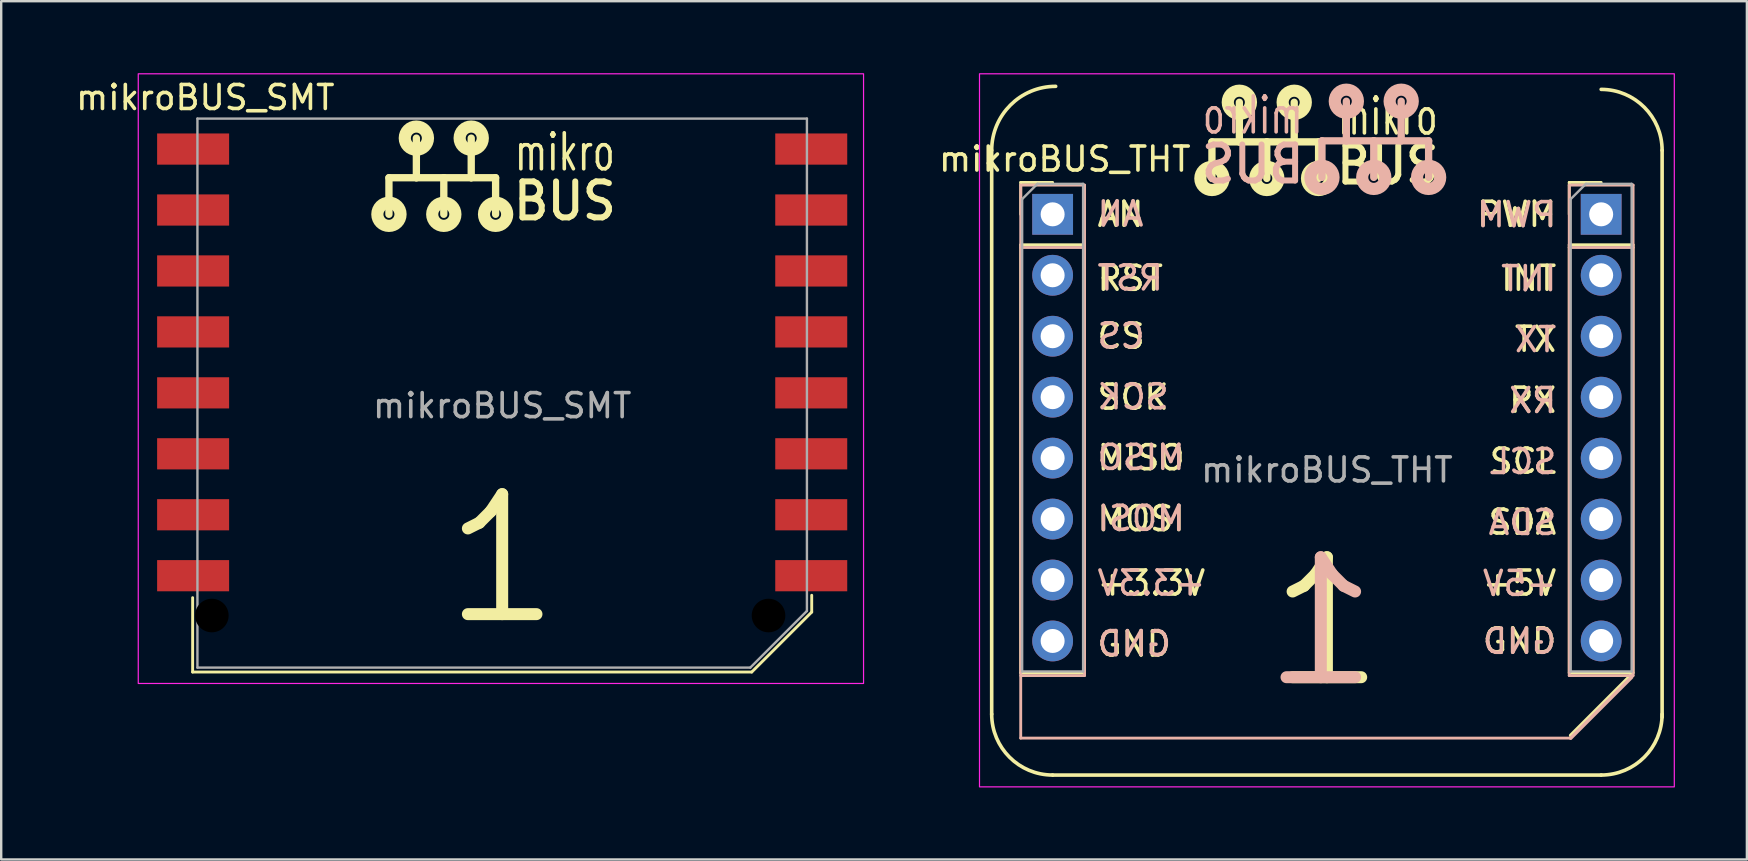
<source format=kicad_pcb>
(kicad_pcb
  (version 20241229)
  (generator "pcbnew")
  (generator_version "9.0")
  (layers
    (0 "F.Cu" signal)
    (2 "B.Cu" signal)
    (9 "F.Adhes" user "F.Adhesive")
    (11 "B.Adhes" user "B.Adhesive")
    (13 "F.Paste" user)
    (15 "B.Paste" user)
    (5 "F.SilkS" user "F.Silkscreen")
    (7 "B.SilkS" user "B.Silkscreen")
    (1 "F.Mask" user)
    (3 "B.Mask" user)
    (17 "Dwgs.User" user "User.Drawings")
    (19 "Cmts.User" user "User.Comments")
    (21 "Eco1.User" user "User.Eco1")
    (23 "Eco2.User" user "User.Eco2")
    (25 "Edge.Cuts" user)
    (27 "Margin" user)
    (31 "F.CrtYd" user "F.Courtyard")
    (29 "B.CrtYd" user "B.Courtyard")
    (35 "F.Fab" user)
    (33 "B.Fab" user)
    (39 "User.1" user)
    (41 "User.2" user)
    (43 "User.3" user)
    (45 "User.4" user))
  (footprint "mikroBUS_SMT"
    (layer "F.Cu")
    (at 4.998 3.162)
    (property "Reference" "mikroBUS_SMT" (at 0.508 -2.147 0) (unlocked yes) (layer "F.SilkS") (effects (font (size 1 1) (thickness 0.15))))
    (attr smd)
    (fp_line (start -0.02 21.795) (end -0.02 18.695) (stroke (width 0.12) (type solid)) (layer "F.SilkS"))
    (fp_line (start 8.161 1.195) (end 8.161 2.719) (stroke (width 0.305) (type solid)) (layer "F.SilkS"))
    (fp_line (start 9.304 1.195) (end 8.161 1.195) (stroke (width 0.305) (type solid)) (layer "F.SilkS"))
    (fp_line (start 9.304 1.195) (end 9.304 -0.456) (stroke (width 0.305) (type solid)) (layer "F.SilkS"))
    (fp_line (start 10.447 1.195) (end 9.304 1.195) (stroke (width 0.305) (type solid)) (layer "F.SilkS"))
    (fp_line (start 10.447 1.195) (end 10.447 2.719) (stroke (width 0.305) (type solid)) (layer "F.SilkS"))
    (fp_line (start 11.59 1.195) (end 10.447 1.195) (stroke (width 0.305) (type solid)) (layer "F.SilkS"))
    (fp_line (start 11.59 1.195) (end 11.59 -0.456) (stroke (width 0.305) (type solid)) (layer "F.SilkS"))
    (fp_line (start 12.606 1.195) (end 11.59 1.195) (stroke (width 0.305) (type solid)) (layer "F.SilkS"))
    (fp_line (start 12.606 1.195) (end 12.606 2.719) (stroke (width 0.305) (type solid)) (layer "F.SilkS"))
    (fp_line (start 23.28 21.795) (end -0.02 21.795) (stroke (width 0.12) (type solid)) (layer "F.SilkS"))
    (fp_line (start 25.78 18.595) (end 25.78 19.295) (stroke (width 0.12) (type solid)) (layer "F.SilkS"))
    (fp_line (start 25.78 19.295) (end 23.28 21.795) (stroke (width 0.12) (type solid)) (layer "F.SilkS"))
    (fp_circle (center 8.161 2.719) (end 8.39 2.719) (stroke (width 0.508) (type solid)) (fill no) (layer "F.SilkS"))
    (fp_circle (center 9.304 -0.456) (end 9.533 -0.456) (stroke (width 0.508) (type solid)) (fill no) (layer "F.SilkS"))
    (fp_circle (center 10.447 2.719) (end 10.676 2.719) (stroke (width 0.508) (type solid)) (fill no) (layer "F.SilkS"))
    (fp_circle (center 11.59 -0.456) (end 11.819 -0.456) (stroke (width 0.508) (type solid)) (fill no) (layer "F.SilkS"))
    (fp_circle (center 12.606 2.719) (end 12.835 2.719) (stroke (width 0.508) (type solid)) (fill no) (layer "F.SilkS"))
    (fp_rect (start -2.286 -3.137) (end 27.94 22.271) (stroke (width 0.05) (type solid)) (fill no) (layer "F.CrtYd"))
    (fp_line (start 0.18 -1.27) (end 0.18 21.61) (stroke (width 0.1) (type solid)) (layer "F.Fab"))
    (fp_line (start 23.22 21.61) (end 0.18 21.61) (stroke (width 0.1) (type solid)) (layer "F.Fab"))
    (fp_line (start 23.22 21.61) (end 25.58 19.25) (stroke (width 0.1) (type solid)) (layer "F.Fab"))
    (fp_line (start 25.58 -1.27) (end 0.18 -1.27) (stroke (width 0.1) (type solid)) (layer "F.Fab"))
    (fp_line (start 25.58 -1.27) (end 25.58 19.25) (stroke (width 0.1) (type solid)) (layer "F.Fab"))
    (fp_text user "BUS" (at 15.492 2.167 0) (unlocked yes) (layer "F.SilkS") (effects (font (size 1.5 1.4) (thickness 0.25))))
    (fp_text user "mikro" (at 15.492 0.135 0) (layer "F.SilkS") (effects (font (size 1.5 1) (thickness 0.15))))
    (fp_text user "1" (at 12.88 17.095 0) (unlocked yes) (layer "F.SilkS") (effects (font (size 5 5) (thickness 0.5))))
    (fp_text user "${REFERENCE}" (at 12.88 10.695 0) (unlocked yes) (layer "F.Fab") (effects (font (size 1 1) (thickness 0.15))))
    (pad "" np_thru_hole circle (at 0.78 19.44) (size 1.4 1.4) (drill 1.4) (layers "*.Mask"))
    (pad "" np_thru_hole circle (at 23.98 19.44) (size 1.4 1.4) (drill 1.4) (layers "*.Mask"))
    (pad "1" smd rect (at 0 0) (size 3 1.3) (layers "F.Cu" "F.Mask" "F.Paste"))
    (pad "2" smd rect (at 0 2.54) (size 3 1.3) (layers "F.Cu" "F.Mask" "F.Paste"))
    (pad "3" smd rect (at 0 5.08) (size 3 1.3) (layers "F.Cu" "F.Mask" "F.Paste"))
    (pad "4" smd rect (at 0 7.62) (size 3 1.3) (layers "F.Cu" "F.Mask" "F.Paste"))
    (pad "5" smd rect (at 0 10.16) (size 3 1.3) (layers "F.Cu" "F.Mask" "F.Paste"))
    (pad "6" smd rect (at 0 12.7) (size 3 1.3) (layers "F.Cu" "F.Mask" "F.Paste"))
    (pad "7" smd rect (at 0 15.24) (size 3 1.3) (layers "F.Cu" "F.Mask" "F.Paste"))
    (pad "8" smd rect (at 0 17.78) (size 3 1.3) (layers "F.Cu" "F.Mask" "F.Paste"))
    (pad "9" smd rect (at 25.76 17.78) (size 3 1.3) (layers "F.Cu" "F.Mask" "F.Paste"))
    (pad "10" smd rect (at 25.76 15.24) (size 3 1.3) (layers "F.Cu" "F.Mask" "F.Paste"))
    (pad "11" smd rect (at 25.76 12.7) (size 3 1.3) (layers "F.Cu" "F.Mask" "F.Paste"))
    (pad "12" smd rect (at 25.76 10.16) (size 3 1.3) (layers "F.Cu" "F.Mask" "F.Paste"))
    (pad "13" smd rect (at 25.76 7.62) (size 3 1.3) (layers "F.Cu" "F.Mask" "F.Paste"))
    (pad "14" smd rect (at 25.76 5.08) (size 3 1.3) (layers "F.Cu" "F.Mask" "F.Paste"))
    (pad "15" smd rect (at 25.76 2.54) (size 3 1.3) (layers "F.Cu" "F.Mask" "F.Paste"))
    (pad "16" smd rect (at 25.76 0) (size 3 1.3) (layers "F.Cu" "F.Mask" "F.Paste")))
  (footprint "mikroBUS_THT"
    (layer "F.Cu")
    (at 52.248 14.757)
    (property "Reference" "mikroBUS_THT" (at -10.922 -11.176 0) (unlocked yes) (layer "F.SilkS") (effects (font (size 1 1) (thickness 0.15))))
    (attr through_hole)
    (fp_line (start -13.97 -11.542) (end -13.97 11.953) (stroke (width 0.15) (type solid)) (layer "F.SilkS"))
    (fp_line (start -12.76 -10.205) (end -11.43 -10.205) (stroke (width 0.12) (type solid)) (layer "F.SilkS"))
    (fp_line (start -12.76 -8.875) (end -12.76 -10.205) (stroke (width 0.12) (type solid)) (layer "F.SilkS"))
    (fp_line (start -12.76 -7.605) (end -12.76 10.235) (stroke (width 0.12) (type solid)) (layer "F.SilkS"))
    (fp_line (start -12.76 -7.605) (end -10.1 -7.605) (stroke (width 0.12) (type solid)) (layer "F.SilkS"))
    (fp_line (start -12.76 10.235) (end -10.1 10.235) (stroke (width 0.12) (type solid)) (layer "F.SilkS"))
    (fp_line (start -10.1 -7.605) (end -10.1 10.235) (stroke (width 0.12) (type solid)) (layer "F.SilkS"))
    (fp_line (start -4.791 -11.894) (end -4.791 -10.37) (stroke (width 0.305) (type solid)) (layer "F.SilkS"))
    (fp_line (start -3.648 -11.894) (end -4.791 -11.894) (stroke (width 0.305) (type solid)) (layer "F.SilkS"))
    (fp_line (start -3.648 -11.894) (end -3.648 -13.545) (stroke (width 0.305) (type solid)) (layer "F.SilkS"))
    (fp_line (start -2.505 -11.894) (end -3.648 -11.894) (stroke (width 0.305) (type solid)) (layer "F.SilkS"))
    (fp_line (start -2.505 -11.894) (end -2.505 -10.37) (stroke (width 0.305) (type solid)) (layer "F.SilkS"))
    (fp_line (start -1.362 -11.894) (end -2.505 -11.894) (stroke (width 0.305) (type solid)) (layer "F.SilkS"))
    (fp_line (start -1.362 -11.894) (end -1.362 -13.545) (stroke (width 0.305) (type solid)) (layer "F.SilkS"))
    (fp_line (start -0.346 -11.894) (end -1.362 -11.894) (stroke (width 0.305) (type solid)) (layer "F.SilkS"))
    (fp_line (start -0.346 -11.894) (end -0.346 -10.37) (stroke (width 0.305) (type solid)) (layer "F.SilkS"))
    (fp_line (start 10.1 -10.205) (end 11.43 -10.205) (stroke (width 0.12) (type solid)) (layer "F.SilkS"))
    (fp_line (start 10.1 -8.875) (end 10.1 -10.205) (stroke (width 0.12) (type solid)) (layer "F.SilkS"))
    (fp_line (start 10.1 -7.605) (end 10.1 10.235) (stroke (width 0.12) (type solid)) (layer "F.SilkS"))
    (fp_line (start 10.1 -7.605) (end 12.76 -7.605) (stroke (width 0.12) (type solid)) (layer "F.SilkS"))
    (fp_line (start 10.1 10.235) (end 12.76 10.235) (stroke (width 0.12) (type solid)) (layer "F.SilkS"))
    (fp_line (start 11.43 14.493) (end -11.43 14.493) (stroke (width 0.15) (type solid)) (layer "F.SilkS"))
    (fp_line (start 12.7 10.302) (end 10.16 12.842) (stroke (width 0.15) (type solid)) (layer "F.SilkS"))
    (fp_line (start 12.76 -7.605) (end 12.76 10.235) (stroke (width 0.12) (type solid)) (layer "F.SilkS"))
    (fp_line (start 13.97 -11.542) (end 13.97 12.08) (stroke (width 0.15) (type solid)) (layer "F.SilkS"))
    (fp_arc (start -13.97 -11.542) (mid -13.188854 -13.427854) (end -11.303 -14.209) (stroke (width 0.15) (type solid)) (layer "F.SilkS"))
    (fp_arc (start -11.43 14.493) (mid -13.226051 13.749051) (end -13.97 11.953) (stroke (width 0.15) (type solid)) (layer "F.SilkS"))
    (fp_arc (start 11.43 -14.082) (mid 13.226051 -13.338051) (end 13.97 -11.542) (stroke (width 0.15) (type solid)) (layer "F.SilkS"))
    (fp_arc (start 13.97 11.953) (mid 13.226051 13.749051) (end 11.43 14.493) (stroke (width 0.15) (type solid)) (layer "F.SilkS"))
    (fp_circle (center -4.791 -10.37) (end -4.562 -10.37) (stroke (width 0.508) (type solid)) (fill no) (layer "F.SilkS"))
    (fp_circle (center -3.648 -13.545) (end -3.419 -13.545) (stroke (width 0.508) (type solid)) (fill no) (layer "F.SilkS"))
    (fp_circle (center -2.505 -10.37) (end -2.276 -10.37) (stroke (width 0.508) (type solid)) (fill no) (layer "F.SilkS"))
    (fp_circle (center -1.362 -13.545) (end -1.133 -13.545) (stroke (width 0.508) (type solid)) (fill no) (layer "F.SilkS"))
    (fp_circle (center -0.346 -10.37) (end -0.117 -10.37) (stroke (width 0.508) (type solid)) (fill no) (layer "F.SilkS"))
    (fp_line (start -12.76 -10.093) (end -10.1 -10.093) (stroke (width 0.12) (type solid)) (layer "B.SilkS"))
    (fp_line (start -12.76 -7.493) (end -12.76 -10.093) (stroke (width 0.12) (type solid)) (layer "B.SilkS"))
    (fp_line (start -12.76 -7.493) (end -12.76 12.954) (stroke (width 0.12) (type solid)) (layer "B.SilkS"))
    (fp_line (start -12.76 -7.493) (end -10.1 -7.493) (stroke (width 0.12) (type solid)) (layer "B.SilkS"))
    (fp_line (start -12.76 10.347) (end -10.1 10.347) (stroke (width 0.12) (type solid)) (layer "B.SilkS"))
    (fp_line (start -10.1 -7.493) (end -10.1 -10.093) (stroke (width 0.12) (type solid)) (layer "B.SilkS"))
    (fp_line (start -10.1 -7.493) (end -10.1 10.347) (stroke (width 0.12) (type solid)) (layer "B.SilkS"))
    (fp_line (start -0.206 -11.938) (end -0.206 -10.414) (stroke (width 0.305) (type solid)) (layer "B.SilkS"))
    (fp_line (start -0.206 -11.938) (end 0.81 -11.938) (stroke (width 0.305) (type solid)) (layer "B.SilkS"))
    (fp_line (start 0.81 -11.938) (end 0.81 -13.589) (stroke (width 0.305) (type solid)) (layer "B.SilkS"))
    (fp_line (start 0.81 -11.938) (end 1.953 -11.938) (stroke (width 0.305) (type solid)) (layer "B.SilkS"))
    (fp_line (start 1.953 -11.938) (end 1.953 -10.414) (stroke (width 0.305) (type solid)) (layer "B.SilkS"))
    (fp_line (start 1.953 -11.938) (end 3.096 -11.938) (stroke (width 0.305) (type solid)) (layer "B.SilkS"))
    (fp_line (start 3.096 -11.938) (end 3.096 -13.589) (stroke (width 0.305) (type solid)) (layer "B.SilkS"))
    (fp_line (start 3.096 -11.938) (end 4.239 -11.938) (stroke (width 0.305) (type solid)) (layer "B.SilkS"))
    (fp_line (start 4.239 -11.938) (end 4.239 -10.414) (stroke (width 0.305) (type solid)) (layer "B.SilkS"))
    (fp_line (start 10.1 -10.093) (end 12.76 -10.093) (stroke (width 0.12) (type solid)) (layer "B.SilkS"))
    (fp_line (start 10.1 -7.493) (end 10.1 -10.093) (stroke (width 0.12) (type solid)) (layer "B.SilkS"))
    (fp_line (start 10.1 -7.493) (end 10.1 10.347) (stroke (width 0.12) (type solid)) (layer "B.SilkS"))
    (fp_line (start 10.1 -7.493) (end 12.76 -7.493) (stroke (width 0.12) (type solid)) (layer "B.SilkS"))
    (fp_line (start 10.1 10.347) (end 12.76 10.347) (stroke (width 0.12) (type solid)) (layer "B.SilkS"))
    (fp_line (start 10.16 12.954) (end -12.76 12.954) (stroke (width 0.12) (type solid)) (layer "B.SilkS"))
    (fp_line (start 12.7 10.414) (end 10.16 12.954) (stroke (width 0.15) (type solid)) (layer "B.SilkS"))
    (fp_line (start 12.76 -7.493) (end 12.76 -10.093) (stroke (width 0.12) (type solid)) (layer "B.SilkS"))
    (fp_line (start 12.76 -7.493) (end 12.76 10.347) (stroke (width 0.12) (type solid)) (layer "B.SilkS"))
    (fp_circle (center -0.206 -10.414) (end -0.434 -10.414) (stroke (width 0.508) (type solid)) (fill no) (layer "B.SilkS"))
    (fp_circle (center 0.81 -13.589) (end 0.582 -13.589) (stroke (width 0.508) (type solid)) (fill no) (layer "B.SilkS"))
    (fp_circle (center 1.953 -10.414) (end 1.725 -10.414) (stroke (width 0.508) (type solid)) (fill no) (layer "B.SilkS"))
    (fp_circle (center 3.096 -13.589) (end 2.868 -13.589) (stroke (width 0.508) (type solid)) (fill no) (layer "B.SilkS"))
    (fp_circle (center 4.239 -10.414) (end 4.011 -10.414) (stroke (width 0.508) (type solid)) (fill no) (layer "B.SilkS"))
    (fp_rect (start -14.478 -14.732) (end 14.478 14.986) (stroke (width 0.05) (type solid)) (fill no) (layer "F.CrtYd"))
    (fp_line (start -12.7 -9.51) (end -12.065 -10.145) (stroke (width 0.1) (type solid)) (layer "F.Fab"))
    (fp_line (start -12.7 10.175) (end -12.7 -9.51) (stroke (width 0.1) (type solid)) (layer "F.Fab"))
    (fp_line (start -12.065 -10.145) (end -10.16 -10.145) (stroke (width 0.1) (type solid)) (layer "F.Fab"))
    (fp_line (start -10.16 -10.145) (end -10.16 10.175) (stroke (width 0.1) (type solid)) (layer "F.Fab"))
    (fp_line (start -10.16 10.175) (end -12.7 10.175) (stroke (width 0.1) (type solid)) (layer "F.Fab"))
    (fp_line (start 10.16 -9.51) (end 10.795 -10.145) (stroke (width 0.1) (type solid)) (layer "F.Fab"))
    (fp_line (start 10.16 10.175) (end 10.16 -9.51) (stroke (width 0.1) (type solid)) (layer "F.Fab"))
    (fp_line (start 10.795 -10.145) (end 12.7 -10.145) (stroke (width 0.1) (type solid)) (layer "F.Fab"))
    (fp_line (start 12.7 -10.145) (end 12.7 10.175) (stroke (width 0.1) (type solid)) (layer "F.Fab"))
    (fp_line (start 12.7 10.175) (end 10.16 10.175) (stroke (width 0.1) (type solid)) (layer "F.Fab"))
    (fp_text user "AN" (at -9.652 -8.875 0) (layer "F.SilkS") (effects (font (size 1 1) (thickness 0.15)) (justify left)))
    (fp_text user "PWM" (at 9.652 -8.875 0) (layer "F.SilkS") (effects (font (size 1 1) (thickness 0.15)) (justify right)))
    (fp_text user "BUS" (at 2.54 -10.922 0) (unlocked yes) (layer "F.SilkS") (effects (font (size 1.5 1.4) (thickness 0.25))))
    (fp_text user "MISO" (at -9.652 1.27 0) (layer "F.SilkS") (effects (font (size 1 1) (thickness 0.15)) (justify left)))
    (fp_text user "INT" (at 9.652 -6.208 0) (layer "F.SilkS") (effects (font (size 1 1) (thickness 0.15)) (justify right)))
    (fp_text user "GND" (at 9.652 8.905 0) (layer "F.SilkS") (effects (font (size 1 1) (thickness 0.15)) (justify right)))
    (fp_text user "RX" (at 9.652 -1.128 0) (layer "F.SilkS") (effects (font (size 1 1) (thickness 0.15)) (justify right)))
    (fp_text user "SCK" (at -9.652 -1.255 0) (layer "F.SilkS") (effects (font (size 1 1) (thickness 0.15)) (justify left)))
    (fp_text user "GND" (at -9.652 9.032 0) (layer "F.SilkS") (effects (font (size 1 1) (thickness 0.15)) (justify left)))
    (fp_text user "SCL" (at 9.652 1.412 0) (layer "F.SilkS") (effects (font (size 1 1) (thickness 0.15)) (justify right)))
    (fp_text user "mikro" (at 2.54 -12.954 0) (layer "F.SilkS") (effects (font (size 1.5 1) (thickness 0.15))))
    (fp_text user "RST" (at -9.652 -6.208 0) (layer "F.SilkS") (effects (font (size 1 1) (thickness 0.15)) (justify left)))
    (fp_text user "SDA" (at 9.652 3.952 0) (layer "F.SilkS") (effects (font (size 1 1) (thickness 0.15)) (justify right)))
    (fp_text user "1" (at 0 8.128 0) (unlocked yes) (layer "F.SilkS") (effects (font (size 5 5) (thickness 0.5))))
    (fp_text user "+3.3V" (at -9.652 6.492 0) (layer "F.SilkS") (effects (font (size 1 1) (thickness 0.15)) (justify left)))
    (fp_text user "MOSI" (at -9.652 3.81 0) (layer "F.SilkS") (effects (font (size 1 1) (thickness 0.15)) (justify left)))
    (fp_text user "CS" (at -9.652 -3.795 0) (layer "F.SilkS") (effects (font (size 1 1) (thickness 0.15)) (justify left)))
    (fp_text user "+5V" (at 9.652 6.492 0) (layer "F.SilkS") (effects (font (size 1 1) (thickness 0.15)) (justify right)))
    (fp_text user "TX" (at 9.652 -3.668 0) (layer "F.SilkS") (effects (font (size 1 1) (thickness 0.15)) (justify right)))
    (fp_text user "SCK" (at -9.652 -1.27 0) (layer "B.SilkS") (effects (font (size 1 1) (thickness 0.15)) (justify right mirror)))
    (fp_text user "SDA" (at 9.652 3.967 0) (layer "B.SilkS") (effects (font (size 1 1) (thickness 0.15)) (justify left mirror)))
    (fp_text user "TX" (at 9.652 -3.653 0) (layer "B.SilkS") (effects (font (size 1 1) (thickness 0.15)) (justify left mirror)))
    (fp_text user "MISO" (at -9.652 1.255 0) (layer "B.SilkS") (effects (font (size 1 1) (thickness 0.15)) (justify right mirror)))
    (fp_text user "RX" (at 9.652 -1.113 0) (layer "B.SilkS") (effects (font (size 1 1) (thickness 0.15)) (justify left mirror)))
    (fp_text user "+5V" (at 9.652 6.507 0) (layer "B.SilkS") (effects (font (size 1 1) (thickness 0.15)) (justify left mirror)))
    (fp_text user "GND" (at -9.652 9.017 0) (layer "B.SilkS") (effects (font (size 1 1) (thickness 0.15)) (justify right mirror)))
    (fp_text user "MOSI" (at -9.652 3.795 0) (layer "B.SilkS") (effects (font (size 1 1) (thickness 0.15)) (justify right mirror)))
    (fp_text user "PWM" (at 9.652 -8.86 0) (layer "B.SilkS") (effects (font (size 1 1) (thickness 0.15)) (justify left mirror)))
    (fp_text user "1" (at -0.254 8.128 0) (unlocked yes) (layer "B.SilkS") (effects (font (size 5 5) (thickness 0.5)) (justify mirror)))
    (fp_text user "+3.3V" (at -9.652 6.492 0) (layer "B.SilkS") (effects (font (size 1 1) (thickness 0.15)) (justify right mirror)))
    (fp_text user "BUS" (at -3.092 -10.966 0) (unlocked yes) (layer "B.SilkS") (effects (font (size 1.5 1.4) (thickness 0.25)) (justify mirror)))
    (fp_text user "SCL" (at 9.652 1.427 0) (layer "B.SilkS") (effects (font (size 1 1) (thickness 0.15)) (justify left mirror)))
    (fp_text user "RST" (at -9.652 -6.223 0) (layer "B.SilkS") (effects (font (size 1 1) (thickness 0.15)) (justify right mirror)))
    (fp_text user "INT" (at 9.652 -6.193 0) (layer "B.SilkS") (effects (font (size 1 1) (thickness 0.15)) (justify left mirror)))
    (fp_text user "CS" (at -9.652 -3.81 0) (layer "B.SilkS") (effects (font (size 1 1) (thickness 0.15)) (justify right mirror)))
    (fp_text user "mikro" (at -3.092 -12.998 0) (layer "B.SilkS") (effects (font (size 1.5 1) (thickness 0.15)) (justify mirror)))
    (fp_text user "GND" (at 9.652 8.92 0) (layer "B.SilkS") (effects (font (size 1 1) (thickness 0.15)) (justify left mirror)))
    (fp_text user "AN" (at -9.652 -8.89 0) (layer "B.SilkS") (effects (font (size 1 1) (thickness 0.15)) (justify right mirror)))
    (fp_text user "${REFERENCE}" (at 0 1.778 0) (unlocked yes) (layer "F.Fab") (effects (font (size 1 1) (thickness 0.15))))
    (pad "1" thru_hole rect (at -11.43 -8.875) (size 1.7 1.7) (drill 1) (layers "*.Cu" "*.Mask"))
    (pad "2" thru_hole oval (at -11.43 -6.335) (size 1.7 1.7) (drill 1) (layers "*.Cu" "*.Mask"))
    (pad "3" thru_hole oval (at -11.43 -3.795) (size 1.7 1.7) (drill 1) (layers "*.Cu" "*.Mask"))
    (pad "4" thru_hole oval (at -11.43 -1.255) (size 1.7 1.7) (drill 1) (layers "*.Cu" "*.Mask"))
    (pad "5" thru_hole oval (at -11.43 1.285) (size 1.7 1.7) (drill 1) (layers "*.Cu" "*.Mask"))
    (pad "6" thru_hole oval (at -11.43 3.825) (size 1.7 1.7) (drill 1) (layers "*.Cu" "*.Mask"))
    (pad "7" thru_hole oval (at -11.43 6.365) (size 1.7 1.7) (drill 1) (layers "*.Cu" "*.Mask"))
    (pad "8" thru_hole oval (at -11.43 8.905) (size 1.7 1.7) (drill 1) (layers "*.Cu" "*.Mask"))
    (pad "9" thru_hole oval (at 11.43 8.905) (size 1.7 1.7) (drill 1) (layers "*.Cu" "*.Mask"))
    (pad "10" thru_hole oval (at 11.43 6.365) (size 1.7 1.7) (drill 1) (layers "*.Cu" "*.Mask"))
    (pad "11" thru_hole oval (at 11.43 3.825) (size 1.7 1.7) (drill 1) (layers "*.Cu" "*.Mask"))
    (pad "12" thru_hole oval (at 11.43 1.285) (size 1.7 1.7) (drill 1) (layers "*.Cu" "*.Mask"))
    (pad "13" thru_hole oval (at 11.43 -1.255) (size 1.7 1.7) (drill 1) (layers "*.Cu" "*.Mask"))
    (pad "14" thru_hole oval (at 11.43 -3.795) (size 1.7 1.7) (drill 1) (layers "*.Cu" "*.Mask"))
    (pad "15" thru_hole oval (at 11.43 -6.335) (size 1.7 1.7) (drill 1) (layers "*.Cu" "*.Mask"))
    (pad "16" thru_hole rect (at 11.43 -8.875) (size 1.7 1.7) (drill 1) (layers "*.Cu" "*.Mask")))
  (gr_rect
    (start -3 -3)
    (end 69.751 32.768)
    (stroke (width 0.1) (type default))
    (fill no)
    (layer "Edge.Cuts")))
</source>
